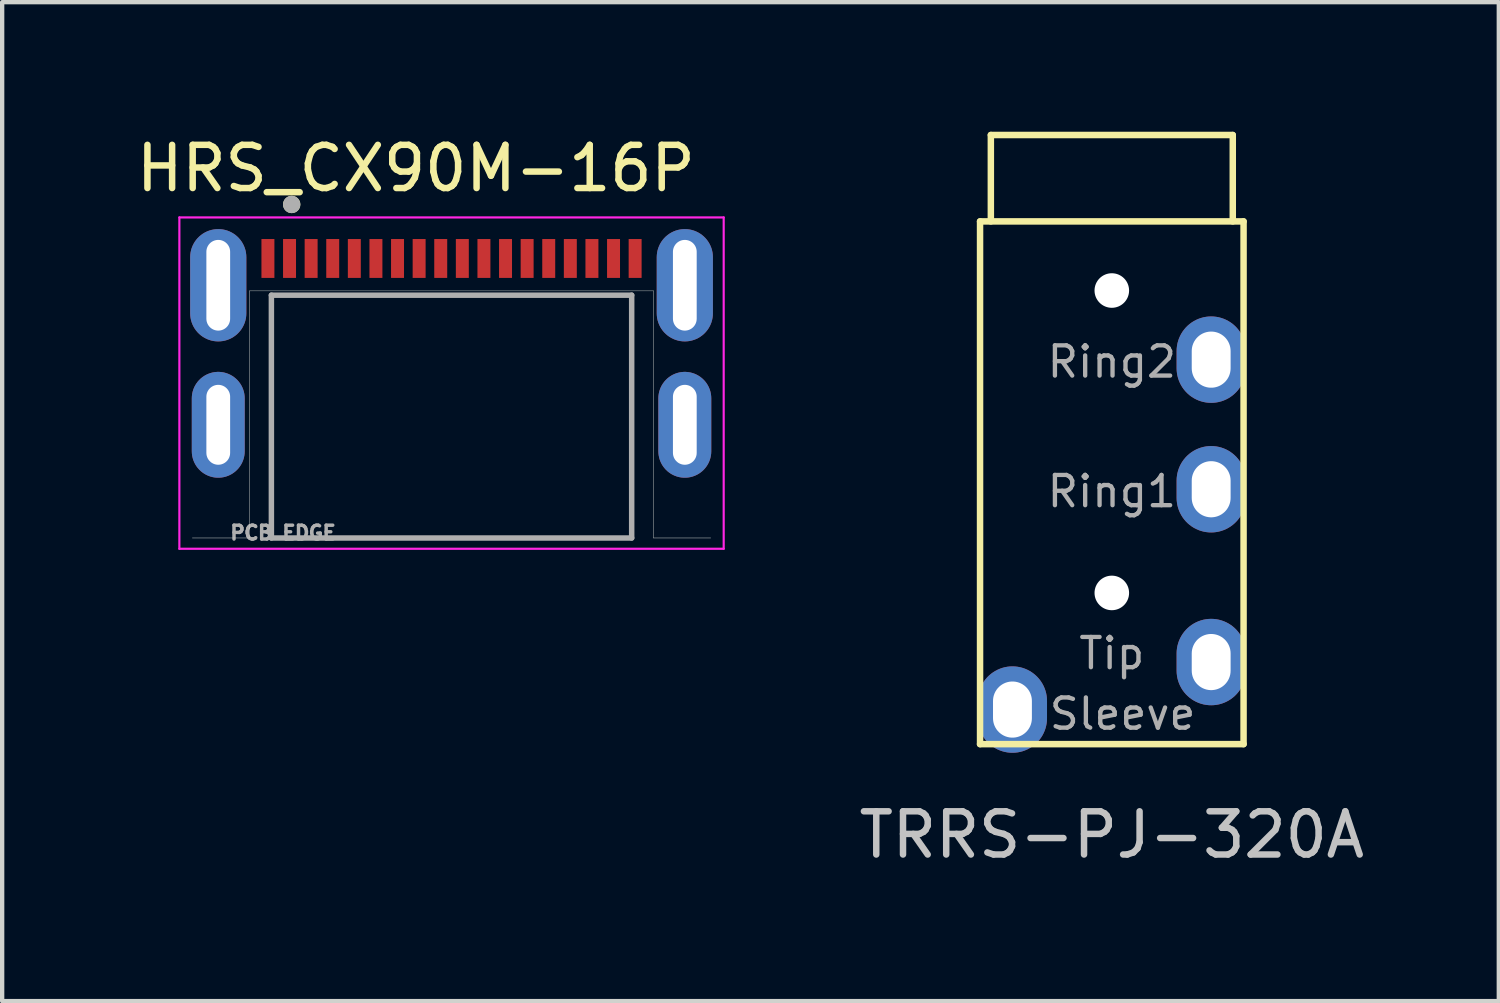
<source format=kicad_pcb>
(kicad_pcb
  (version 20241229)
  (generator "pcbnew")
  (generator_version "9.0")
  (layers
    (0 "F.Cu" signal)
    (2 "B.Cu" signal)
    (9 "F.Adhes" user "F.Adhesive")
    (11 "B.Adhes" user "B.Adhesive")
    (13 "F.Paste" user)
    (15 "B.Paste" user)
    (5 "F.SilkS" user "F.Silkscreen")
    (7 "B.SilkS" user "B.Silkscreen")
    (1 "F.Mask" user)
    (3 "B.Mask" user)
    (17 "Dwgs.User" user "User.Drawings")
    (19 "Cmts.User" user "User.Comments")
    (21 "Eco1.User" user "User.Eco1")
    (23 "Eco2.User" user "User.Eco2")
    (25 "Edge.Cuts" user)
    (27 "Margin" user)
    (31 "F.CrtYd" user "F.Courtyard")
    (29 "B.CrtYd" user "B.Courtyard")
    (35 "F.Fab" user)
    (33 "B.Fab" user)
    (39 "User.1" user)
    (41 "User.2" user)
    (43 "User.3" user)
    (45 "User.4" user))
  (footprint "TRRS-PJ-320A"
    (layer "F.Cu")
    (at 22.686 2.075)
    (property "Reference" "TRRS-PJ-320A" (at 0 14.2 0) (layer "Dwgs.User") (effects (font (size 1 1) (thickness 0.15))))
    (attr through_hole)
    (fp_line (start -3.05 0) (end -3.05 12.1) (stroke (width 0.15) (type solid)) (layer "F.SilkS"))
    (fp_line (start -2.8 0) (end -2.8 -2) (stroke (width 0.15) (type solid)) (layer "F.SilkS"))
    (fp_line (start 2.8 -2) (end -2.8 -2) (stroke (width 0.15) (type solid)) (layer "F.SilkS"))
    (fp_line (start 2.8 0) (end 2.8 -2) (stroke (width 0.15) (type solid)) (layer "F.SilkS"))
    (fp_line (start 3.05 0) (end -3.05 0) (stroke (width 0.15) (type solid)) (layer "F.SilkS"))
    (fp_line (start 3.05 0) (end 3.05 12.1) (stroke (width 0.15) (type solid)) (layer "F.SilkS"))
    (fp_line (start 3.05 12.1) (end -3.05 12.1) (stroke (width 0.15) (type solid)) (layer "F.SilkS"))
    (fp_text user "Sleeve" (at 0.25 11.4 0) (layer "F.Fab") (effects (font (size 0.7 0.7) (thickness 0.1))))
    (fp_text user "Ring1" (at 0 6.25 0) (layer "F.Fab") (effects (font (size 0.7 0.7) (thickness 0.1))))
    (fp_text user "Tip" (at 0 10 0) (layer "F.Fab") (effects (font (size 0.7 0.7) (thickness 0.1))))
    (fp_text user "Ring2" (at 0 3.25 0) (layer "F.Fab") (effects (font (size 0.7 0.7) (thickness 0.1))))
    (pad "" np_thru_hole circle (at 0 1.6) (size 0.8 0.8) (drill 0.8) (layers "*.Cu" "*.Mask"))
    (pad "" np_thru_hole circle (at 0 8.6) (size 0.8 0.8) (drill 0.8) (layers "*.Cu" "*.Mask"))
    (pad "R1" thru_hole oval (at 2.3 6.2) (size 1.6 2) (drill oval 0.9 1.3) (layers "*.Cu" "*.Mask"))
    (pad "R2" thru_hole oval (at 2.3 3.2) (size 1.6 2) (drill oval 0.9 1.3) (layers "*.Cu" "*.Mask"))
    (pad "S" thru_hole oval (at -2.3 11.3) (size 1.6 2) (drill oval 0.9 1.3) (layers "*.Cu" "*.Mask"))
    (pad "T" thru_hole oval (at 2.3 10.2) (size 1.6 2) (drill oval 0.9 1.3) (layers "*.Cu" "*.Mask")))
  (footprint "HRS_CX90M-16P"
    (layer "F.Cu")
    (at 7.402 4.858)
    (property "Reference" "HRS_CX90M-16P" (at -0.825 -4.01 0) (layer "F.SilkS") (effects (font (size 1 1) (thickness 0.15))))
    (attr through_hole)
    (fp_circle (center -3.7 -3.175) (end -3.6 -3.175) (stroke (width 0.2) (type solid)) (fill no) (layer "F.SilkS"))
    (fp_line (start -6 4.545) (end -4.675 4.545) (stroke (width 0.01) (type solid)) (layer "Edge.Cuts"))
    (fp_line (start -4.675 -1.175) (end 4.675 -1.175) (stroke (width 0.01) (type solid)) (layer "Edge.Cuts"))
    (fp_line (start -4.675 4.545) (end -4.675 -1.175) (stroke (width 0.01) (type solid)) (layer "Edge.Cuts"))
    (fp_line (start 4.675 -1.175) (end 4.675 4.545) (stroke (width 0.01) (type solid)) (layer "Edge.Cuts"))
    (fp_line (start 4.675 4.545) (end 6 4.545) (stroke (width 0.01) (type solid)) (layer "Edge.Cuts"))
    (fp_line (start -6.3 -2.875) (end 6.3 -2.875) (stroke (width 0.05) (type solid)) (layer "F.CrtYd"))
    (fp_line (start -6.3 4.795) (end -6.3 -2.875) (stroke (width 0.05) (type solid)) (layer "F.CrtYd"))
    (fp_line (start 6.3 -2.875) (end 6.3 4.795) (stroke (width 0.05) (type solid)) (layer "F.CrtYd"))
    (fp_line (start 6.3 4.795) (end -6.3 4.795) (stroke (width 0.05) (type solid)) (layer "F.CrtYd"))
    (fp_line (start -4.17 -1.075) (end -4.17 4.545) (stroke (width 0.127) (type solid)) (layer "F.Fab"))
    (fp_line (start -4.17 4.545) (end 4.17 4.545) (stroke (width 0.127) (type solid)) (layer "F.Fab"))
    (fp_line (start 4.17 -1.075) (end -4.17 -1.075) (stroke (width 0.127) (type solid)) (layer "F.Fab"))
    (fp_line (start 4.17 4.545) (end 4.17 -1.075) (stroke (width 0.127) (type solid)) (layer "F.Fab"))
    (fp_circle (center -3.7 -3.175) (end -3.6 -3.175) (stroke (width 0.2) (type solid)) (fill no) (layer "F.Fab"))
    (fp_text user "PCB EDGE" (at -3.9 4.425 0) (layer "F.Fab") (effects (font (size 0.32 0.32) (thickness 0.15))))
    (pad "A1" smd rect (at -3.75 -1.925) (size 0.3 0.9) (layers "F.Cu" "F.Mask" "F.Paste"))
    (pad "A4" smd rect (at -2.75 -1.925) (size 0.3 0.9) (layers "F.Cu" "F.Mask" "F.Paste"))
    (pad "A5" smd rect (at -1.75 -1.925) (size 0.3 0.9) (layers "F.Cu" "F.Mask" "F.Paste"))
    (pad "A6" smd rect (at -0.75 -1.925) (size 0.3 0.9) (layers "F.Cu" "F.Mask" "F.Paste"))
    (pad "A7" smd rect (at 0.75 -1.925) (size 0.3 0.9) (layers "F.Cu" "F.Mask" "F.Paste"))
    (pad "A8" smd rect (at 1.75 -1.925) (size 0.3 0.9) (layers "F.Cu" "F.Mask" "F.Paste"))
    (pad "A9" smd rect (at 2.75 -1.925) (size 0.3 0.9) (layers "F.Cu" "F.Mask" "F.Paste"))
    (pad "A12" smd rect (at 3.75 -1.925) (size 0.3 0.9) (layers "F.Cu" "F.Mask" "F.Paste"))
    (pad "B1" smd rect (at 3.25 -1.925) (size 0.3 0.9) (layers "F.Cu" "F.Mask" "F.Paste"))
    (pad "B4" smd rect (at 2.25 -1.925) (size 0.3 0.9) (layers "F.Cu" "F.Mask" "F.Paste"))
    (pad "B5" smd rect (at 1.25 -1.925) (size 0.3 0.9) (layers "F.Cu" "F.Mask" "F.Paste"))
    (pad "B6" smd rect (at 0.25 -1.925) (size 0.3 0.9) (layers "F.Cu" "F.Mask" "F.Paste"))
    (pad "B7" smd rect (at -0.25 -1.925) (size 0.3 0.9) (layers "F.Cu" "F.Mask" "F.Paste"))
    (pad "B8" smd rect (at -1.25 -1.925) (size 0.3 0.9) (layers "F.Cu" "F.Mask" "F.Paste"))
    (pad "B9" smd rect (at -2.25 -1.925) (size 0.3 0.9) (layers "F.Cu" "F.Mask" "F.Paste"))
    (pad "B12" smd rect (at -3.25 -1.925) (size 0.3 0.9) (layers "F.Cu" "F.Mask" "F.Paste"))
    (pad "MID1" smd rect (at -4.25 -1.925) (size 0.3 0.9) (layers "F.Cu" "F.Mask" "F.Paste"))
    (pad "MID2" smd rect (at 4.25 -1.925) (size 0.3 0.9) (layers "F.Cu" "F.Mask" "F.Paste"))
    (pad "S1" thru_hole oval (at -5.4 -1.305) (size 1.3 2.6) (drill oval 0.55 2.1) (layers "*.Cu" "*.Mask"))
    (pad "S2" thru_hole oval (at 5.4 -1.305) (size 1.3 2.6) (drill oval 0.55 2.1) (layers "*.Cu" "*.Mask"))
    (pad "S3" thru_hole oval (at -5.4 1.925) (size 1.225 2.45) (drill oval 0.55 1.85) (layers "*.Cu" "*.Mask"))
    (pad "S4" thru_hole oval (at 5.4 1.925) (size 1.225 2.45) (drill oval 0.55 1.85) (layers "*.Cu" "*.Mask")))
  (gr_rect
    (start -3 -3)
    (end 31.644 20.123)
    (stroke (width 0.1) (type default))
    (fill no)
    (layer "Edge.Cuts")))
</source>
